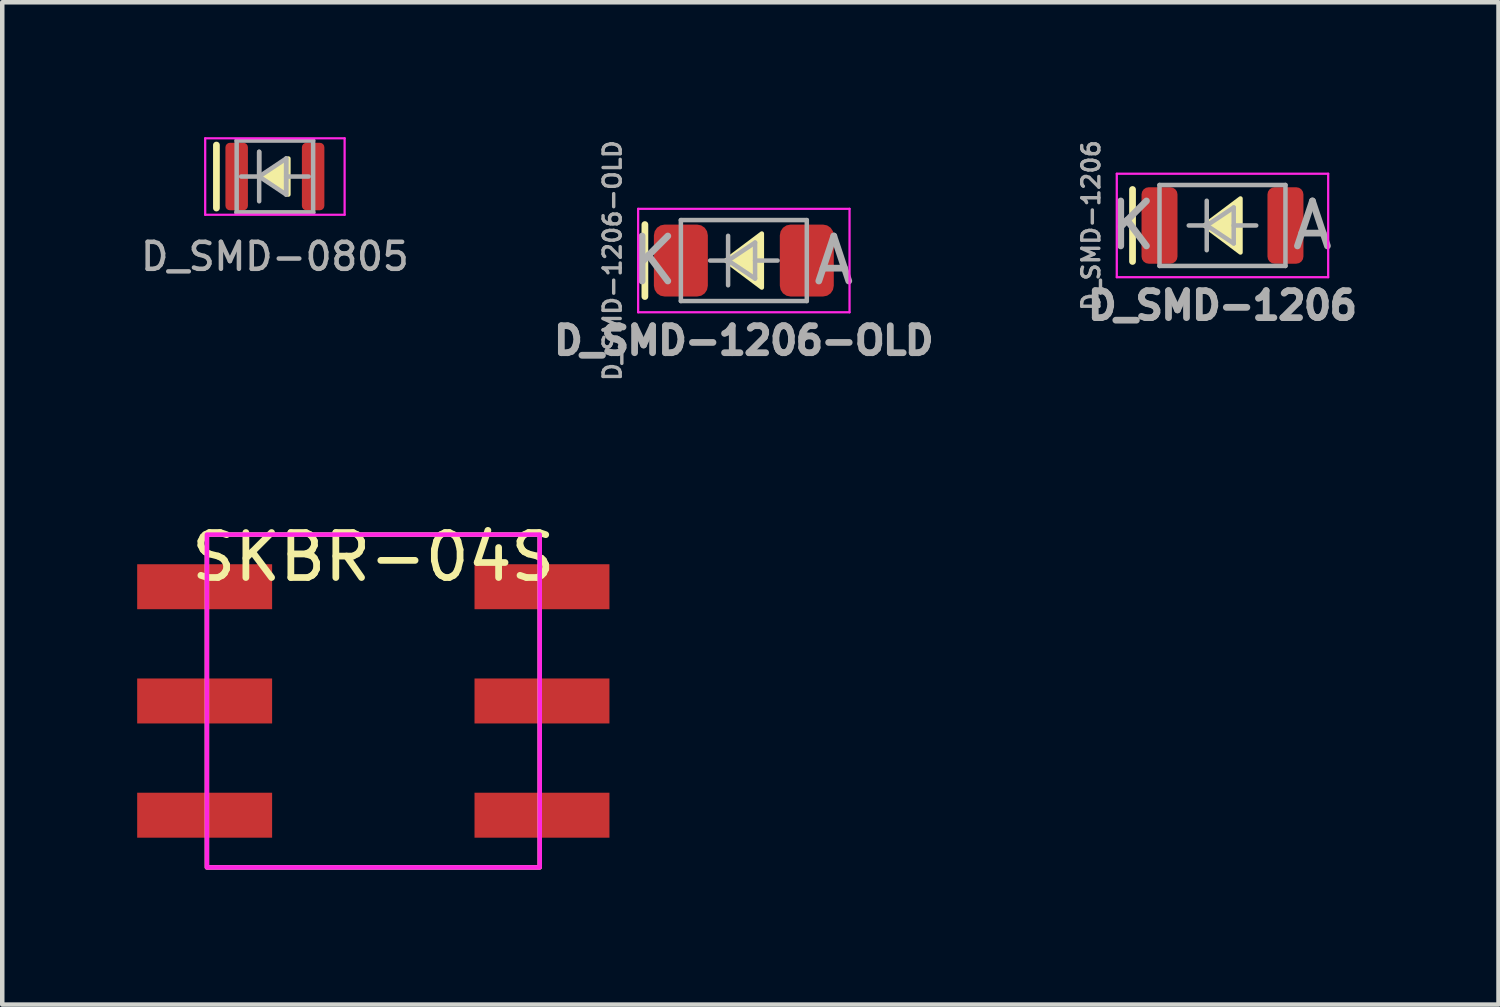
<source format=kicad_pcb>
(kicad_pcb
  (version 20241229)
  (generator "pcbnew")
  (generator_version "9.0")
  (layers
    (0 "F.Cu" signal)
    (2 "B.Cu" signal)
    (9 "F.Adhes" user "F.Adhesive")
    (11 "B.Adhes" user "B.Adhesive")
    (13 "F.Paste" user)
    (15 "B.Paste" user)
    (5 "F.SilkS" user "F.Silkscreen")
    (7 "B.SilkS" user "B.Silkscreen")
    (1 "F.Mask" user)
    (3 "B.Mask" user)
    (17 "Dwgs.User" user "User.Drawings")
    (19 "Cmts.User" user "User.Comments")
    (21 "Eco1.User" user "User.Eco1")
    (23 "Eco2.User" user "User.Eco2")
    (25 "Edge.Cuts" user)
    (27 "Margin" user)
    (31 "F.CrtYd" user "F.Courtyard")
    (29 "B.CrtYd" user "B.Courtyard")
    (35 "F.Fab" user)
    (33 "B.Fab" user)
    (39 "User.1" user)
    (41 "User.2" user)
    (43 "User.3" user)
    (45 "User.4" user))
  (footprint "D_SMD-1206-OLD"
    (layer "F.Cu")
    (at 13.488 2.743)
    (property "Reference" "D_SMD-1206-OLD" (at -0.00012 1.779 180) (layer "F.Fab") (effects (font (size 0.6 0.6) (thickness 0.15))))
    (attr smd)
    (fp_line (start -2.2 0.8) (end -2.2 -0.8) (stroke (width 0.15) (type solid)) (layer "F.SilkS"))
    (fp_poly (pts (xy -0.4 0) (xy 0.4 -0.6) (xy 0.4 0.6)) (stroke (width 0.1) (type solid)) (fill yes) (layer "F.SilkS"))
    (fp_line (start -2.35 -1.15) (end -2.35 1.15) (stroke (width 0.05) (type solid)) (layer "F.CrtYd"))
    (fp_line (start -2.35 -1.15) (end 2.35 -1.15) (stroke (width 0.05) (type solid)) (layer "F.CrtYd"))
    (fp_line (start 2.35 -1.15) (end 2.35 1.15) (stroke (width 0.05) (type solid)) (layer "F.CrtYd"))
    (fp_line (start 2.35 1.15) (end -2.35 1.15) (stroke (width 0.05) (type solid)) (layer "F.CrtYd"))
    (fp_line (start -1.4 -0.9) (end 1.4 -0.9) (stroke (width 0.1) (type solid)) (layer "F.Fab"))
    (fp_line (start -1.4 0.9) (end -1.4 -0.9) (stroke (width 0.1) (type solid)) (layer "F.Fab"))
    (fp_line (start -0.75 0) (end -0.35 0) (stroke (width 0.1) (type solid)) (layer "F.Fab"))
    (fp_line (start -0.35 0) (end -0.35 -0.55) (stroke (width 0.1) (type solid)) (layer "F.Fab"))
    (fp_line (start -0.35 0) (end -0.35 0.55) (stroke (width 0.1) (type solid)) (layer "F.Fab"))
    (fp_line (start -0.35 0) (end 0.25 -0.4) (stroke (width 0.1) (type solid)) (layer "F.Fab"))
    (fp_line (start 0.25 -0.4) (end 0.25 0.4) (stroke (width 0.1) (type solid)) (layer "F.Fab"))
    (fp_line (start 0.25 0) (end 0.75 0) (stroke (width 0.1) (type solid)) (layer "F.Fab"))
    (fp_line (start 0.25 0.4) (end -0.35 0) (stroke (width 0.1) (type solid)) (layer "F.Fab"))
    (fp_line (start 1.4 -0.9) (end 1.4 0.9) (stroke (width 0.1) (type solid)) (layer "F.Fab"))
    (fp_line (start 1.4 0.9) (end -1.4 0.9) (stroke (width 0.1) (type solid)) (layer "F.Fab"))
    (fp_text user "K" (at -2 0 0) (layer "F.Fab") (effects (font (size 1 1) (thickness 0.15))))
    (fp_text user "A" (at 2 0 0) (layer "F.Fab") (effects (font (size 1 1) (thickness 0.15))))
    (fp_text user "${REFERENCE}" (at -2.921 0 270) (layer "F.Fab") (effects (font (size 0.381 0.381) (thickness 0.076))))
    (pad "1" smd roundrect (at -1.4 0) (size 1.2 1.6) (layers "F.Cu" "F.Mask" "F.Paste") (roundrect_rratio 0.2))
    (pad "2" smd roundrect (at 1.4 0) (size 1.2 1.6) (layers "F.Cu" "F.Mask" "F.Paste") (roundrect_rratio 0.2)))
  (footprint "SKBR-04S"
    (layer "F.Cu")
    (at 5.25 12.535)
    (property "Reference" "SKBR-04S" (at 0 -3.2 0) (layer "F.SilkS") (effects (font (size 1 1) (thickness 0.15))))
    (attr smd)
    (fp_rect (start -3.7 -3.7) (end 3.7 3.7) (stroke (width 0.1) (type default)) (fill no) (layer "F.SilkS"))
    (fp_rect (start 3.7 3.7) (end -3.7 -3.7) (stroke (width 0.1) (type default)) (fill no) (layer "F.CrtYd"))
    (pad "1" smd rect (at -3.75 -2.54) (size 3 1) (layers "F.Cu" "F.Mask" "F.Paste"))
    (pad "1" smd rect (at 3.75 -2.54) (size 3 1) (layers "F.Cu" "F.Mask" "F.Paste"))
    (pad "2" smd rect (at -3.75 0) (size 3 1) (layers "F.Cu" "F.Mask" "F.Paste"))
    (pad "2" smd rect (at 3.75 0) (size 3 1) (layers "F.Cu" "F.Mask" "F.Paste"))
    (pad "3" smd rect (at -3.75 2.54) (size 3 1) (layers "F.Cu" "F.Mask" "F.Paste"))
    (pad "3" smd rect (at 3.75 2.54) (size 3 1) (layers "F.Cu" "F.Mask" "F.Paste")))
  (footprint "D_SMD-1206"
    (layer "F.Cu")
    (at 24.13 1.963)
    (property "Reference" "D_SMD-1206" (at -0.00012 1.779 0) (layer "F.Fab") (effects (font (size 0.6 0.6) (thickness 0.15))))
    (attr smd)
    (fp_line (start -2 0.8) (end -2 -0.8) (stroke (width 0.15) (type solid)) (layer "F.SilkS"))
    (fp_poly (pts (xy -0.4 0) (xy 0.4 -0.6) (xy 0.4 0.6)) (stroke (width 0.1) (type solid)) (fill yes) (layer "F.SilkS"))
    (fp_line (start -2.35 -1.15) (end -2.35 1.15) (stroke (width 0.05) (type solid)) (layer "F.CrtYd"))
    (fp_line (start -2.35 -1.15) (end 2.35 -1.15) (stroke (width 0.05) (type solid)) (layer "F.CrtYd"))
    (fp_line (start 2.35 -1.15) (end 2.35 1.15) (stroke (width 0.05) (type solid)) (layer "F.CrtYd"))
    (fp_line (start 2.35 1.15) (end -2.35 1.15) (stroke (width 0.05) (type solid)) (layer "F.CrtYd"))
    (fp_line (start -1.4 -0.9) (end 1.4 -0.9) (stroke (width 0.1) (type solid)) (layer "F.Fab"))
    (fp_line (start -1.4 0.9) (end -1.4 -0.9) (stroke (width 0.1) (type solid)) (layer "F.Fab"))
    (fp_line (start -0.75 0) (end -0.35 0) (stroke (width 0.1) (type solid)) (layer "F.Fab"))
    (fp_line (start -0.35 0) (end -0.35 -0.55) (stroke (width 0.1) (type solid)) (layer "F.Fab"))
    (fp_line (start -0.35 0) (end -0.35 0.55) (stroke (width 0.1) (type solid)) (layer "F.Fab"))
    (fp_line (start -0.35 0) (end 0.25 -0.4) (stroke (width 0.1) (type solid)) (layer "F.Fab"))
    (fp_line (start 0.25 -0.4) (end 0.25 0.4) (stroke (width 0.1) (type solid)) (layer "F.Fab"))
    (fp_line (start 0.25 0) (end 0.75 0) (stroke (width 0.1) (type solid)) (layer "F.Fab"))
    (fp_line (start 0.25 0.4) (end -0.35 0) (stroke (width 0.1) (type solid)) (layer "F.Fab"))
    (fp_line (start 1.4 -0.9) (end 1.4 0.9) (stroke (width 0.1) (type solid)) (layer "F.Fab"))
    (fp_line (start 1.4 0.9) (end -1.4 0.9) (stroke (width 0.1) (type solid)) (layer "F.Fab"))
    (fp_text user "A" (at 2 0 0) (layer "F.Fab") (effects (font (size 1 1) (thickness 0.15))))
    (fp_text user "${REFERENCE}" (at -2.921 0 90) (layer "F.Fab") (effects (font (size 0.381 0.381) (thickness 0.076))))
    (fp_text user "K" (at -2 0 0) (layer "F.Fab") (effects (font (size 1 1) (thickness 0.15))))
    (pad "1" smd roundrect (at -1.4 0) (size 0.8 1.7) (layers "F.Cu" "F.Mask" "F.Paste") (roundrect_rratio 0.2))
    (pad "2" smd roundrect (at 1.4 0) (size 0.8 1.7) (layers "F.Cu" "F.Mask" "F.Paste") (roundrect_rratio 0.2)))
  (footprint "D_SMD-0805"
    (layer "F.Cu")
    (at 3.062 0.875)
    (property "Reference" "D_SMD-0805" (at -0.00012 1.779 180) (layer "F.Fab") (effects (font (size 0.6 0.6) (thickness 0.1) (bold yes))))
    (attr smd)
    (fp_line (start -1.3 0.7) (end -1.3 -0.7) (stroke (width 0.15) (type solid)) (layer "F.SilkS"))
    (fp_poly (pts (xy -0.3 0) (xy 0.3 -0.4) (xy 0.3 0.4)) (stroke (width 0.1) (type solid)) (fill yes) (layer "F.SilkS"))
    (fp_line (start -1.55 -0.85) (end -1.55 0.85) (stroke (width 0.05) (type solid)) (layer "F.CrtYd"))
    (fp_line (start -1.55 -0.85) (end 1.55 -0.85) (stroke (width 0.05) (type solid)) (layer "F.CrtYd"))
    (fp_line (start 1.55 -0.85) (end 1.55 0.85) (stroke (width 0.05) (type solid)) (layer "F.CrtYd"))
    (fp_line (start 1.55 0.85) (end -1.55 0.85) (stroke (width 0.05) (type solid)) (layer "F.CrtYd"))
    (fp_line (start -0.85 -0.8) (end 0.85 -0.8) (stroke (width 0.1) (type solid)) (layer "F.Fab"))
    (fp_line (start -0.85 0.8) (end -0.85 -0.8) (stroke (width 0.1) (type solid)) (layer "F.Fab"))
    (fp_line (start -0.75 0) (end -0.35 0) (stroke (width 0.1) (type solid)) (layer "F.Fab"))
    (fp_line (start -0.35 0) (end -0.35 -0.55) (stroke (width 0.1) (type solid)) (layer "F.Fab"))
    (fp_line (start -0.35 0) (end -0.35 -0.55) (stroke (width 0.1) (type solid)) (layer "F.Fab"))
    (fp_line (start -0.35 0) (end -0.35 0.55) (stroke (width 0.1) (type solid)) (layer "F.Fab"))
    (fp_line (start -0.35 0) (end 0.25 -0.4) (stroke (width 0.1) (type solid)) (layer "F.Fab"))
    (fp_line (start 0.25 -0.4) (end 0.25 0.4) (stroke (width 0.1) (type solid)) (layer "F.Fab"))
    (fp_line (start 0.25 -0.4) (end 0.25 0.4) (stroke (width 0.1) (type solid)) (layer "F.Fab"))
    (fp_line (start 0.25 0) (end 0.75 0) (stroke (width 0.1) (type solid)) (layer "F.Fab"))
    (fp_line (start 0.25 0.4) (end -0.35 0) (stroke (width 0.1) (type solid)) (layer "F.Fab"))
    (fp_line (start 0.85 -0.8) (end 0.85 0.8) (stroke (width 0.1) (type solid)) (layer "F.Fab"))
    (fp_line (start 0.85 0.8) (end -0.85 0.8) (stroke (width 0.1) (type solid)) (layer "F.Fab"))
    (fp_line (start 0.85 0.8) (end -0.85 0.8) (stroke (width 0.1) (type solid)) (layer "F.Fab"))
    (pad "1" smd roundrect (at -0.85 0) (size 0.5 1.5) (layers "F.Cu" "F.Mask" "F.Paste") (roundrect_rratio 0.2))
    (pad "2" smd roundrect (at 0.85 0) (size 0.5 1.5) (layers "F.Cu" "F.Mask" "F.Paste") (roundrect_rratio 0.2)))
  (gr_rect
    (start -3 -3)
    (end 30.267 19.285)
    (stroke (width 0.1) (type default))
    (fill no)
    (layer "Edge.Cuts")))
</source>
